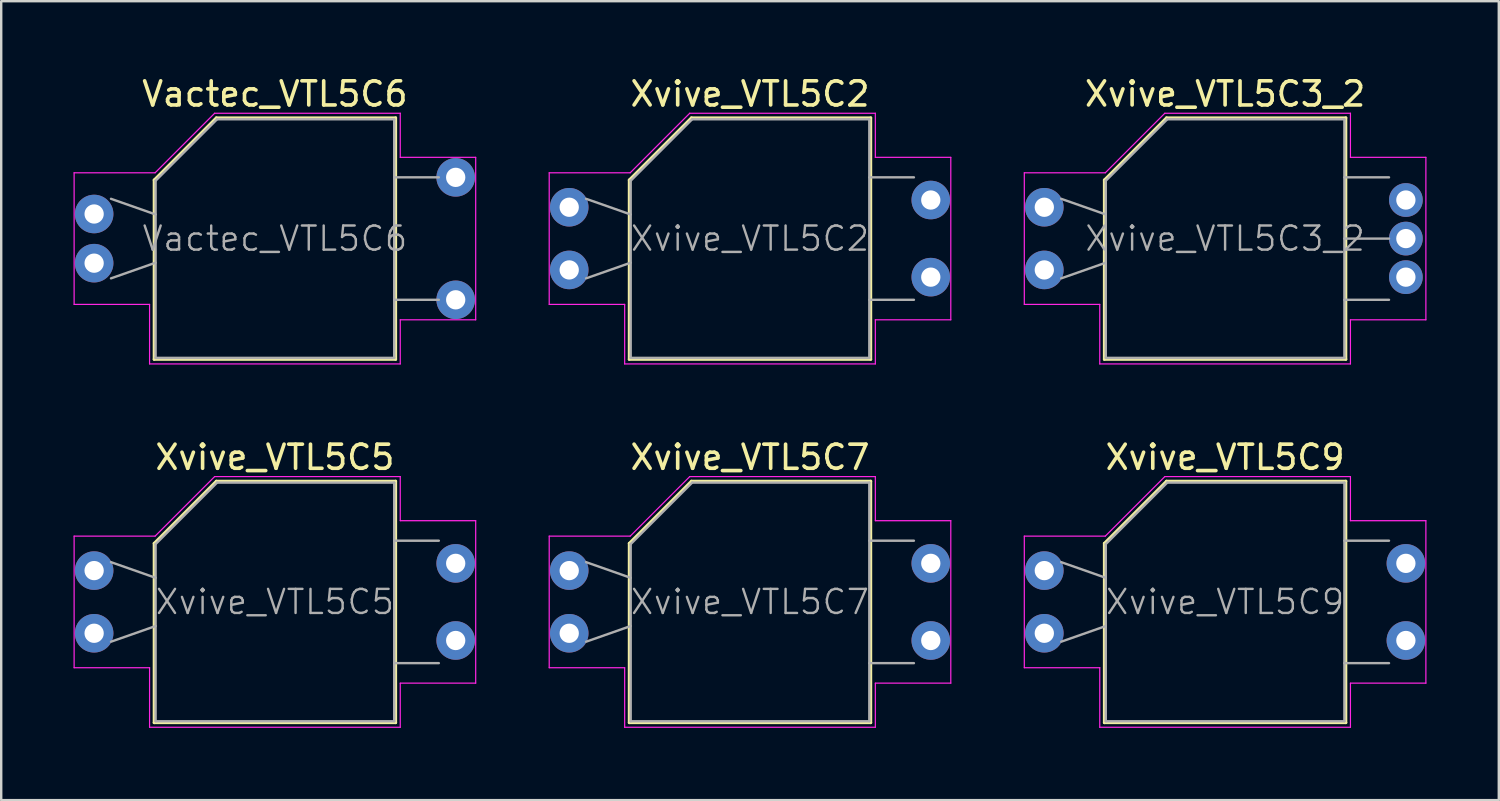
<source format=kicad_pcb>
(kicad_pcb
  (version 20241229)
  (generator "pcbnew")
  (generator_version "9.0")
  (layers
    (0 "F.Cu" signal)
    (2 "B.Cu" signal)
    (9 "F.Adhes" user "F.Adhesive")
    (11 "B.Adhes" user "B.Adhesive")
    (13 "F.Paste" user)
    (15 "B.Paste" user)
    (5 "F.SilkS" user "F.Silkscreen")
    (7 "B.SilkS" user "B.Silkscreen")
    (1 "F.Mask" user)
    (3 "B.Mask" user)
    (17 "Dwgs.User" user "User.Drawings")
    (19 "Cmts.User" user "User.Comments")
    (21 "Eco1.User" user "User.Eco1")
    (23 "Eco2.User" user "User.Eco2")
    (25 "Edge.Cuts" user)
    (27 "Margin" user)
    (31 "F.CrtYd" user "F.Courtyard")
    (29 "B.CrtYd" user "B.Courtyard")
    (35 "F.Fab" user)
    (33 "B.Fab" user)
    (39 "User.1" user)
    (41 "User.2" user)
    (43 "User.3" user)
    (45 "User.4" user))
  (footprint "Xvive_VTL5C3_2"
    (layer "F.Cu")
    (at 47.775 6.848)
    (property "Reference" "Xvive_VTL5C3_2" (at 0 -6 0) (layer "F.SilkS") (effects (font (size 1 1) (thickness 0.15))))
    (attr through_hole)
    (fp_line (start -5.01 -2.43) (end -5.01 5.01) (stroke (width 0.12) (type solid)) (layer "F.SilkS"))
    (fp_line (start -5.01 5.01) (end 5.01 5.01) (stroke (width 0.12) (type solid)) (layer "F.SilkS"))
    (fp_line (start -2.43 -5.01) (end -5.01 -2.43) (stroke (width 0.12) (type solid)) (layer "F.SilkS"))
    (fp_line (start 5.01 -5.01) (end -2.43 -5.01) (stroke (width 0.12) (type solid)) (layer "F.SilkS"))
    (fp_line (start 5.01 5.01) (end 5.01 -5.01) (stroke (width 0.12) (type solid)) (layer "F.SilkS"))
    (fp_line (start -8.33 -2.73) (end -4.97 -2.73) (stroke (width 0.05) (type solid)) (layer "F.CrtYd"))
    (fp_line (start -8.33 2.73) (end -8.33 -2.73) (stroke (width 0.05) (type solid)) (layer "F.CrtYd"))
    (fp_line (start -8.33 2.73) (end -5.2 2.73) (stroke (width 0.05) (type solid)) (layer "F.CrtYd"))
    (fp_line (start -5.2 5.2) (end -5.2 2.73) (stroke (width 0.05) (type solid)) (layer "F.CrtYd"))
    (fp_line (start -4.97 -2.73) (end -2.5 -5.2) (stroke (width 0.05) (type solid)) (layer "F.CrtYd"))
    (fp_line (start -2.5 -5.2) (end 5.2 -5.2) (stroke (width 0.05) (type solid)) (layer "F.CrtYd"))
    (fp_line (start 5.2 -3.37) (end 5.2 -5.2) (stroke (width 0.05) (type solid)) (layer "F.CrtYd"))
    (fp_line (start 5.2 -3.37) (end 8.33 -3.37) (stroke (width 0.05) (type solid)) (layer "F.CrtYd"))
    (fp_line (start 5.2 3.37) (end 5.2 5.2) (stroke (width 0.05) (type solid)) (layer "F.CrtYd"))
    (fp_line (start 5.2 3.37) (end 8.33 3.37) (stroke (width 0.05) (type solid)) (layer "F.CrtYd"))
    (fp_line (start 5.2 5.2) (end -5.2 5.2) (stroke (width 0.05) (type solid)) (layer "F.CrtYd"))
    (fp_line (start 8.33 3.37) (end 8.33 -3.37) (stroke (width 0.05) (type solid)) (layer "F.CrtYd"))
    (fp_line (start -6.8 -1.65) (end -4.95 -1) (stroke (width 0.1) (type solid)) (layer "F.Fab"))
    (fp_line (start -6.8 1.65) (end -4.95 1) (stroke (width 0.1) (type solid)) (layer "F.Fab"))
    (fp_line (start -4.95 4.95) (end -4.95 -2.4) (stroke (width 0.1) (type solid)) (layer "F.Fab"))
    (fp_line (start -2.4 -4.95) (end -4.95 -2.4) (stroke (width 0.1) (type solid)) (layer "F.Fab"))
    (fp_line (start -2.4 -4.95) (end 4.95 -4.95) (stroke (width 0.1) (type solid)) (layer "F.Fab"))
    (fp_line (start 4.95 -4.95) (end 4.95 4.95) (stroke (width 0.1) (type solid)) (layer "F.Fab"))
    (fp_line (start 4.95 4.95) (end -4.95 4.95) (stroke (width 0.1) (type solid)) (layer "F.Fab"))
    (fp_line (start 6.8 -2.54) (end 4.95 -2.54) (stroke (width 0.1) (type solid)) (layer "F.Fab"))
    (fp_line (start 6.8 0) (end 4.95 0) (stroke (width 0.1) (type solid)) (layer "F.Fab"))
    (fp_line (start 6.8 2.54) (end 4.95 2.54) (stroke (width 0.1) (type solid)) (layer "F.Fab"))
    (fp_text user "${REFERENCE}" (at 0 0 0) (layer "F.Fab") (effects (font (size 1 1) (thickness 0.1))))
    (pad "1" thru_hole circle (at -7.5 -1.3) (size 1.6 1.6) (drill 0.8) (layers "*.Cu" "*.Mask"))
    (pad "2" thru_hole circle (at -7.5 1.3) (size 1.6 1.6) (drill 0.8) (layers "*.Cu" "*.Mask"))
    (pad "3" thru_hole circle (at 7.5 -1.6) (size 1.4 1.4) (drill 0.8) (layers "*.Cu" "*.Mask"))
    (pad "4" thru_hole circle (at 7.5 0) (size 1.4 1.4) (drill 0.8) (layers "*.Cu" "*.Mask"))
    (pad "5" thru_hole circle (at 7.5 1.6) (size 1.4 1.4) (drill 0.8) (layers "*.Cu" "*.Mask")))
  (footprint "Xvive_VTL5C5"
    (layer "F.Cu")
    (at 8.355 21.922)
    (property "Reference" "Xvive_VTL5C5" (at 0 -6 0) (layer "F.SilkS") (effects (font (size 1 1) (thickness 0.15))))
    (attr through_hole)
    (fp_line (start -5.01 -2.43) (end -5.01 5.01) (stroke (width 0.12) (type solid)) (layer "F.SilkS"))
    (fp_line (start -5.01 5.01) (end 5.01 5.01) (stroke (width 0.12) (type solid)) (layer "F.SilkS"))
    (fp_line (start -2.43 -5.01) (end -5.01 -2.43) (stroke (width 0.12) (type solid)) (layer "F.SilkS"))
    (fp_line (start 5.01 -5.01) (end -2.43 -5.01) (stroke (width 0.12) (type solid)) (layer "F.SilkS"))
    (fp_line (start 5.01 5.01) (end 5.01 -5.01) (stroke (width 0.12) (type solid)) (layer "F.SilkS"))
    (fp_line (start -8.33 2.73) (end -8.33 -2.73) (stroke (width 0.05) (type solid)) (layer "F.CrtYd"))
    (fp_line (start -5.2 2.73) (end -8.33 2.73) (stroke (width 0.05) (type solid)) (layer "F.CrtYd"))
    (fp_line (start -5.2 5.2) (end -5.2 2.73) (stroke (width 0.05) (type solid)) (layer "F.CrtYd"))
    (fp_line (start -4.97 -2.73) (end -8.33 -2.73) (stroke (width 0.05) (type solid)) (layer "F.CrtYd"))
    (fp_line (start -4.97 -2.73) (end -2.5 -5.2) (stroke (width 0.05) (type solid)) (layer "F.CrtYd"))
    (fp_line (start -2.5 -5.2) (end 5.2 -5.2) (stroke (width 0.05) (type solid)) (layer "F.CrtYd"))
    (fp_line (start 5.2 -5.2) (end 5.2 -3.37) (stroke (width 0.05) (type solid)) (layer "F.CrtYd"))
    (fp_line (start 5.2 3.37) (end 5.2 5.2) (stroke (width 0.05) (type solid)) (layer "F.CrtYd"))
    (fp_line (start 5.2 5.2) (end -5.2 5.2) (stroke (width 0.05) (type solid)) (layer "F.CrtYd"))
    (fp_line (start 8.33 -3.37) (end 5.2 -3.37) (stroke (width 0.05) (type solid)) (layer "F.CrtYd"))
    (fp_line (start 8.33 3.37) (end 5.2 3.37) (stroke (width 0.05) (type solid)) (layer "F.CrtYd"))
    (fp_line (start 8.33 3.37) (end 8.33 -3.37) (stroke (width 0.05) (type solid)) (layer "F.CrtYd"))
    (fp_line (start -6.8 -1.65) (end -4.95 -1) (stroke (width 0.1) (type solid)) (layer "F.Fab"))
    (fp_line (start -6.8 1.65) (end -4.95 1) (stroke (width 0.1) (type solid)) (layer "F.Fab"))
    (fp_line (start -4.95 4.95) (end -4.95 -2.4) (stroke (width 0.1) (type solid)) (layer "F.Fab"))
    (fp_line (start -2.4 -4.95) (end -4.95 -2.4) (stroke (width 0.1) (type solid)) (layer "F.Fab"))
    (fp_line (start -2.4 -4.95) (end 4.95 -4.95) (stroke (width 0.1) (type solid)) (layer "F.Fab"))
    (fp_line (start 4.95 -4.95) (end 4.95 4.95) (stroke (width 0.1) (type solid)) (layer "F.Fab"))
    (fp_line (start 4.95 4.95) (end -4.95 4.95) (stroke (width 0.1) (type solid)) (layer "F.Fab"))
    (fp_line (start 6.8 -2.54) (end 4.95 -2.54) (stroke (width 0.1) (type solid)) (layer "F.Fab"))
    (fp_line (start 6.8 2.54) (end 4.95 2.54) (stroke (width 0.1) (type solid)) (layer "F.Fab"))
    (fp_text user "${REFERENCE}" (at 0 0 0) (layer "F.Fab") (effects (font (size 1 1) (thickness 0.1))))
    (pad "1" thru_hole circle (at -7.5 -1.3) (size 1.6 1.6) (drill 0.8) (layers "*.Cu" "*.Mask"))
    (pad "2" thru_hole circle (at -7.5 1.3) (size 1.6 1.6) (drill 0.8) (layers "*.Cu" "*.Mask"))
    (pad "3" thru_hole circle (at 7.5 -1.6) (size 1.6 1.6) (drill 0.8) (layers "*.Cu" "*.Mask"))
    (pad "4" thru_hole circle (at 7.5 1.6) (size 1.6 1.6) (drill 0.8) (layers "*.Cu" "*.Mask")))
  (footprint "Vactec_VTL5C6"
    (layer "F.Cu")
    (at 8.355 6.848)
    (property "Reference" "Vactec_VTL5C6" (at 0 -6 0) (layer "F.SilkS") (effects (font (size 1 1) (thickness 0.15))))
    (attr through_hole)
    (fp_line (start -5.01 -2.43) (end -5.01 5.01) (stroke (width 0.12) (type solid)) (layer "F.SilkS"))
    (fp_line (start -5.01 5.01) (end 5.01 5.01) (stroke (width 0.12) (type solid)) (layer "F.SilkS"))
    (fp_line (start -2.43 -5.01) (end -5.01 -2.43) (stroke (width 0.12) (type solid)) (layer "F.SilkS"))
    (fp_line (start 5.01 -5.01) (end -2.43 -5.01) (stroke (width 0.12) (type solid)) (layer "F.SilkS"))
    (fp_line (start 5.01 5.01) (end 5.01 -5.01) (stroke (width 0.12) (type solid)) (layer "F.SilkS"))
    (fp_line (start -8.33 2.73) (end -8.33 -2.73) (stroke (width 0.05) (type solid)) (layer "F.CrtYd"))
    (fp_line (start -5.2 2.73) (end -8.33 2.73) (stroke (width 0.05) (type solid)) (layer "F.CrtYd"))
    (fp_line (start -5.2 5.2) (end -5.2 2.73) (stroke (width 0.05) (type solid)) (layer "F.CrtYd"))
    (fp_line (start -4.97 -2.73) (end -8.33 -2.73) (stroke (width 0.05) (type solid)) (layer "F.CrtYd"))
    (fp_line (start -4.97 -2.73) (end -2.5 -5.2) (stroke (width 0.05) (type solid)) (layer "F.CrtYd"))
    (fp_line (start -2.5 -5.2) (end 5.2 -5.2) (stroke (width 0.05) (type solid)) (layer "F.CrtYd"))
    (fp_line (start 5.2 -5.2) (end 5.2 -3.37) (stroke (width 0.05) (type solid)) (layer "F.CrtYd"))
    (fp_line (start 5.2 3.37) (end 5.2 5.2) (stroke (width 0.05) (type solid)) (layer "F.CrtYd"))
    (fp_line (start 5.2 5.2) (end -5.2 5.2) (stroke (width 0.05) (type solid)) (layer "F.CrtYd"))
    (fp_line (start 8.33 -3.37) (end 5.2 -3.37) (stroke (width 0.05) (type solid)) (layer "F.CrtYd"))
    (fp_line (start 8.33 3.37) (end 5.2 3.37) (stroke (width 0.05) (type solid)) (layer "F.CrtYd"))
    (fp_line (start 8.33 3.37) (end 8.33 -3.37) (stroke (width 0.05) (type solid)) (layer "F.CrtYd"))
    (fp_line (start -6.8 -1.65) (end -4.95 -1) (stroke (width 0.1) (type solid)) (layer "F.Fab"))
    (fp_line (start -6.8 1.65) (end -4.95 1) (stroke (width 0.1) (type solid)) (layer "F.Fab"))
    (fp_line (start -4.95 4.95) (end -4.95 -2.4) (stroke (width 0.1) (type solid)) (layer "F.Fab"))
    (fp_line (start -2.4 -4.95) (end -4.95 -2.4) (stroke (width 0.1) (type solid)) (layer "F.Fab"))
    (fp_line (start -2.4 -4.95) (end 4.95 -4.95) (stroke (width 0.1) (type solid)) (layer "F.Fab"))
    (fp_line (start 4.95 -4.95) (end 4.95 4.95) (stroke (width 0.1) (type solid)) (layer "F.Fab"))
    (fp_line (start 4.95 4.95) (end -4.95 4.95) (stroke (width 0.1) (type solid)) (layer "F.Fab"))
    (fp_line (start 6.8 -2.54) (end 4.95 -2.54) (stroke (width 0.1) (type solid)) (layer "F.Fab"))
    (fp_line (start 6.8 2.54) (end 4.95 2.54) (stroke (width 0.1) (type solid)) (layer "F.Fab"))
    (fp_text user "${REFERENCE}" (at 0 0 0) (layer "F.Fab") (effects (font (size 1 1) (thickness 0.1))))
    (pad "1" thru_hole circle (at -7.5 -1.02) (size 1.6 1.6) (drill 0.8) (layers "*.Cu" "*.Mask"))
    (pad "2" thru_hole circle (at -7.5 1.02) (size 1.6 1.6) (drill 0.8) (layers "*.Cu" "*.Mask"))
    (pad "3" thru_hole circle (at 7.5 -2.54) (size 1.6 1.6) (drill 0.8) (layers "*.Cu" "*.Mask"))
    (pad "4" thru_hole circle (at 7.5 2.54) (size 1.6 1.6) (drill 0.8) (layers "*.Cu" "*.Mask")))
  (footprint "Xvive_VTL5C2"
    (layer "F.Cu")
    (at 28.065 6.848)
    (property "Reference" "Xvive_VTL5C2" (at 0 -6 0) (layer "F.SilkS") (effects (font (size 1 1) (thickness 0.15))))
    (attr through_hole)
    (fp_line (start -5.01 -2.43) (end -5.01 5.01) (stroke (width 0.12) (type solid)) (layer "F.SilkS"))
    (fp_line (start -5.01 5.01) (end 5.01 5.01) (stroke (width 0.12) (type solid)) (layer "F.SilkS"))
    (fp_line (start -2.43 -5.01) (end -5.01 -2.43) (stroke (width 0.12) (type solid)) (layer "F.SilkS"))
    (fp_line (start 5.01 -5.01) (end -2.43 -5.01) (stroke (width 0.12) (type solid)) (layer "F.SilkS"))
    (fp_line (start 5.01 5.01) (end 5.01 -5.01) (stroke (width 0.12) (type solid)) (layer "F.SilkS"))
    (fp_line (start -8.33 2.73) (end -8.33 -2.73) (stroke (width 0.05) (type solid)) (layer "F.CrtYd"))
    (fp_line (start -5.2 2.73) (end -8.33 2.73) (stroke (width 0.05) (type solid)) (layer "F.CrtYd"))
    (fp_line (start -5.2 5.2) (end -5.2 2.73) (stroke (width 0.05) (type solid)) (layer "F.CrtYd"))
    (fp_line (start -4.97 -2.73) (end -8.33 -2.73) (stroke (width 0.05) (type solid)) (layer "F.CrtYd"))
    (fp_line (start -4.97 -2.73) (end -2.5 -5.2) (stroke (width 0.05) (type solid)) (layer "F.CrtYd"))
    (fp_line (start -2.5 -5.2) (end 5.2 -5.2) (stroke (width 0.05) (type solid)) (layer "F.CrtYd"))
    (fp_line (start 5.2 -5.2) (end 5.2 -3.37) (stroke (width 0.05) (type solid)) (layer "F.CrtYd"))
    (fp_line (start 5.2 3.37) (end 5.2 5.2) (stroke (width 0.05) (type solid)) (layer "F.CrtYd"))
    (fp_line (start 5.2 5.2) (end -5.2 5.2) (stroke (width 0.05) (type solid)) (layer "F.CrtYd"))
    (fp_line (start 8.33 -3.37) (end 5.2 -3.37) (stroke (width 0.05) (type solid)) (layer "F.CrtYd"))
    (fp_line (start 8.33 3.37) (end 5.2 3.37) (stroke (width 0.05) (type solid)) (layer "F.CrtYd"))
    (fp_line (start 8.33 3.37) (end 8.33 -3.37) (stroke (width 0.05) (type solid)) (layer "F.CrtYd"))
    (fp_line (start -6.8 -1.65) (end -4.95 -1) (stroke (width 0.1) (type solid)) (layer "F.Fab"))
    (fp_line (start -6.8 1.65) (end -4.95 1) (stroke (width 0.1) (type solid)) (layer "F.Fab"))
    (fp_line (start -4.95 4.95) (end -4.95 -2.4) (stroke (width 0.1) (type solid)) (layer "F.Fab"))
    (fp_line (start -2.4 -4.95) (end -4.95 -2.4) (stroke (width 0.1) (type solid)) (layer "F.Fab"))
    (fp_line (start -2.4 -4.95) (end 4.95 -4.95) (stroke (width 0.1) (type solid)) (layer "F.Fab"))
    (fp_line (start 4.95 -4.95) (end 4.95 4.95) (stroke (width 0.1) (type solid)) (layer "F.Fab"))
    (fp_line (start 4.95 4.95) (end -4.95 4.95) (stroke (width 0.1) (type solid)) (layer "F.Fab"))
    (fp_line (start 6.8 -2.54) (end 4.95 -2.54) (stroke (width 0.1) (type solid)) (layer "F.Fab"))
    (fp_line (start 6.8 2.54) (end 4.95 2.54) (stroke (width 0.1) (type solid)) (layer "F.Fab"))
    (fp_text user "${REFERENCE}" (at 0 0 0) (layer "F.Fab") (effects (font (size 1 1) (thickness 0.1))))
    (pad "1" thru_hole circle (at -7.5 -1.3) (size 1.6 1.6) (drill 0.8) (layers "*.Cu" "*.Mask"))
    (pad "2" thru_hole circle (at -7.5 1.3) (size 1.6 1.6) (drill 0.8) (layers "*.Cu" "*.Mask"))
    (pad "3" thru_hole circle (at 7.5 -1.6) (size 1.6 1.6) (drill 0.8) (layers "*.Cu" "*.Mask"))
    (pad "4" thru_hole circle (at 7.5 1.6) (size 1.6 1.6) (drill 0.8) (layers "*.Cu" "*.Mask")))
  (footprint "Xvive_VTL5C9"
    (layer "F.Cu")
    (at 47.775 21.922)
    (property "Reference" "Xvive_VTL5C9" (at 0 -6 0) (layer "F.SilkS") (effects (font (size 1 1) (thickness 0.15))))
    (attr through_hole)
    (fp_line (start -5.01 -2.43) (end -5.01 5.01) (stroke (width 0.12) (type solid)) (layer "F.SilkS"))
    (fp_line (start -5.01 5.01) (end 5.01 5.01) (stroke (width 0.12) (type solid)) (layer "F.SilkS"))
    (fp_line (start -2.43 -5.01) (end -5.01 -2.43) (stroke (width 0.12) (type solid)) (layer "F.SilkS"))
    (fp_line (start 5.01 -5.01) (end -2.43 -5.01) (stroke (width 0.12) (type solid)) (layer "F.SilkS"))
    (fp_line (start 5.01 5.01) (end 5.01 -5.01) (stroke (width 0.12) (type solid)) (layer "F.SilkS"))
    (fp_line (start -8.33 2.73) (end -8.33 -2.73) (stroke (width 0.05) (type solid)) (layer "F.CrtYd"))
    (fp_line (start -5.2 2.73) (end -8.33 2.73) (stroke (width 0.05) (type solid)) (layer "F.CrtYd"))
    (fp_line (start -5.2 5.2) (end -5.2 2.73) (stroke (width 0.05) (type solid)) (layer "F.CrtYd"))
    (fp_line (start -4.97 -2.73) (end -8.33 -2.73) (stroke (width 0.05) (type solid)) (layer "F.CrtYd"))
    (fp_line (start -4.97 -2.73) (end -2.5 -5.2) (stroke (width 0.05) (type solid)) (layer "F.CrtYd"))
    (fp_line (start -2.5 -5.2) (end 5.2 -5.2) (stroke (width 0.05) (type solid)) (layer "F.CrtYd"))
    (fp_line (start 5.2 -5.2) (end 5.2 -3.37) (stroke (width 0.05) (type solid)) (layer "F.CrtYd"))
    (fp_line (start 5.2 3.37) (end 5.2 5.2) (stroke (width 0.05) (type solid)) (layer "F.CrtYd"))
    (fp_line (start 5.2 5.2) (end -5.2 5.2) (stroke (width 0.05) (type solid)) (layer "F.CrtYd"))
    (fp_line (start 8.33 -3.37) (end 5.2 -3.37) (stroke (width 0.05) (type solid)) (layer "F.CrtYd"))
    (fp_line (start 8.33 3.37) (end 5.2 3.37) (stroke (width 0.05) (type solid)) (layer "F.CrtYd"))
    (fp_line (start 8.33 3.37) (end 8.33 -3.37) (stroke (width 0.05) (type solid)) (layer "F.CrtYd"))
    (fp_line (start -6.8 -1.65) (end -4.95 -1) (stroke (width 0.1) (type solid)) (layer "F.Fab"))
    (fp_line (start -6.8 1.65) (end -4.95 1) (stroke (width 0.1) (type solid)) (layer "F.Fab"))
    (fp_line (start -4.95 4.95) (end -4.95 -2.4) (stroke (width 0.1) (type solid)) (layer "F.Fab"))
    (fp_line (start -2.4 -4.95) (end -4.95 -2.4) (stroke (width 0.1) (type solid)) (layer "F.Fab"))
    (fp_line (start -2.4 -4.95) (end 4.95 -4.95) (stroke (width 0.1) (type solid)) (layer "F.Fab"))
    (fp_line (start 4.95 -4.95) (end 4.95 4.95) (stroke (width 0.1) (type solid)) (layer "F.Fab"))
    (fp_line (start 4.95 4.95) (end -4.95 4.95) (stroke (width 0.1) (type solid)) (layer "F.Fab"))
    (fp_line (start 6.8 -2.54) (end 4.95 -2.54) (stroke (width 0.1) (type solid)) (layer "F.Fab"))
    (fp_line (start 6.8 2.54) (end 4.95 2.54) (stroke (width 0.1) (type solid)) (layer "F.Fab"))
    (fp_text user "${REFERENCE}" (at 0 0 0) (layer "F.Fab") (effects (font (size 1 1) (thickness 0.1))))
    (pad "1" thru_hole circle (at -7.5 -1.3) (size 1.6 1.6) (drill 0.8) (layers "*.Cu" "*.Mask"))
    (pad "2" thru_hole circle (at -7.5 1.3) (size 1.6 1.6) (drill 0.8) (layers "*.Cu" "*.Mask"))
    (pad "3" thru_hole circle (at 7.5 -1.6) (size 1.6 1.6) (drill 0.8) (layers "*.Cu" "*.Mask"))
    (pad "4" thru_hole circle (at 7.5 1.6) (size 1.6 1.6) (drill 0.8) (layers "*.Cu" "*.Mask")))
  (footprint "Xvive_VTL5C7"
    (layer "F.Cu")
    (at 28.065 21.922)
    (property "Reference" "Xvive_VTL5C7" (at 0 -6 0) (layer "F.SilkS") (effects (font (size 1 1) (thickness 0.15))))
    (attr through_hole)
    (fp_line (start -5.01 -2.43) (end -5.01 5.01) (stroke (width 0.12) (type solid)) (layer "F.SilkS"))
    (fp_line (start -5.01 5.01) (end 5.01 5.01) (stroke (width 0.12) (type solid)) (layer "F.SilkS"))
    (fp_line (start -2.43 -5.01) (end -5.01 -2.43) (stroke (width 0.12) (type solid)) (layer "F.SilkS"))
    (fp_line (start 5.01 -5.01) (end -2.43 -5.01) (stroke (width 0.12) (type solid)) (layer "F.SilkS"))
    (fp_line (start 5.01 5.01) (end 5.01 -5.01) (stroke (width 0.12) (type solid)) (layer "F.SilkS"))
    (fp_line (start -8.33 2.73) (end -8.33 -2.73) (stroke (width 0.05) (type solid)) (layer "F.CrtYd"))
    (fp_line (start -5.2 2.73) (end -8.33 2.73) (stroke (width 0.05) (type solid)) (layer "F.CrtYd"))
    (fp_line (start -5.2 5.2) (end -5.2 2.73) (stroke (width 0.05) (type solid)) (layer "F.CrtYd"))
    (fp_line (start -4.97 -2.73) (end -8.33 -2.73) (stroke (width 0.05) (type solid)) (layer "F.CrtYd"))
    (fp_line (start -4.97 -2.73) (end -2.5 -5.2) (stroke (width 0.05) (type solid)) (layer "F.CrtYd"))
    (fp_line (start -2.5 -5.2) (end 5.2 -5.2) (stroke (width 0.05) (type solid)) (layer "F.CrtYd"))
    (fp_line (start 5.2 -5.2) (end 5.2 -3.37) (stroke (width 0.05) (type solid)) (layer "F.CrtYd"))
    (fp_line (start 5.2 3.37) (end 5.2 5.2) (stroke (width 0.05) (type solid)) (layer "F.CrtYd"))
    (fp_line (start 5.2 5.2) (end -5.2 5.2) (stroke (width 0.05) (type solid)) (layer "F.CrtYd"))
    (fp_line (start 8.33 -3.37) (end 5.2 -3.37) (stroke (width 0.05) (type solid)) (layer "F.CrtYd"))
    (fp_line (start 8.33 3.37) (end 5.2 3.37) (stroke (width 0.05) (type solid)) (layer "F.CrtYd"))
    (fp_line (start 8.33 3.37) (end 8.33 -3.37) (stroke (width 0.05) (type solid)) (layer "F.CrtYd"))
    (fp_line (start -6.8 -1.65) (end -4.95 -1) (stroke (width 0.1) (type solid)) (layer "F.Fab"))
    (fp_line (start -6.8 1.65) (end -4.95 1) (stroke (width 0.1) (type solid)) (layer "F.Fab"))
    (fp_line (start -4.95 4.95) (end -4.95 -2.4) (stroke (width 0.1) (type solid)) (layer "F.Fab"))
    (fp_line (start -2.4 -4.95) (end -4.95 -2.4) (stroke (width 0.1) (type solid)) (layer "F.Fab"))
    (fp_line (start -2.4 -4.95) (end 4.95 -4.95) (stroke (width 0.1) (type solid)) (layer "F.Fab"))
    (fp_line (start 4.95 -4.95) (end 4.95 4.95) (stroke (width 0.1) (type solid)) (layer "F.Fab"))
    (fp_line (start 4.95 4.95) (end -4.95 4.95) (stroke (width 0.1) (type solid)) (layer "F.Fab"))
    (fp_line (start 6.8 -2.54) (end 4.95 -2.54) (stroke (width 0.1) (type solid)) (layer "F.Fab"))
    (fp_line (start 6.8 2.54) (end 4.95 2.54) (stroke (width 0.1) (type solid)) (layer "F.Fab"))
    (fp_text user "${REFERENCE}" (at 0 0 0) (layer "F.Fab") (effects (font (size 1 1) (thickness 0.1))))
    (pad "1" thru_hole circle (at -7.5 -1.3) (size 1.6 1.6) (drill 0.8) (layers "*.Cu" "*.Mask"))
    (pad "2" thru_hole circle (at -7.5 1.3) (size 1.6 1.6) (drill 0.8) (layers "*.Cu" "*.Mask"))
    (pad "3" thru_hole circle (at 7.5 -1.6) (size 1.6 1.6) (drill 0.8) (layers "*.Cu" "*.Mask"))
    (pad "4" thru_hole circle (at 7.5 1.6) (size 1.6 1.6) (drill 0.8) (layers "*.Cu" "*.Mask")))
  (gr_rect
    (start -3 -3)
    (end 59.13 30.146)
    (stroke (width 0.1) (type default))
    (fill no)
    (layer "Edge.Cuts")))
</source>
